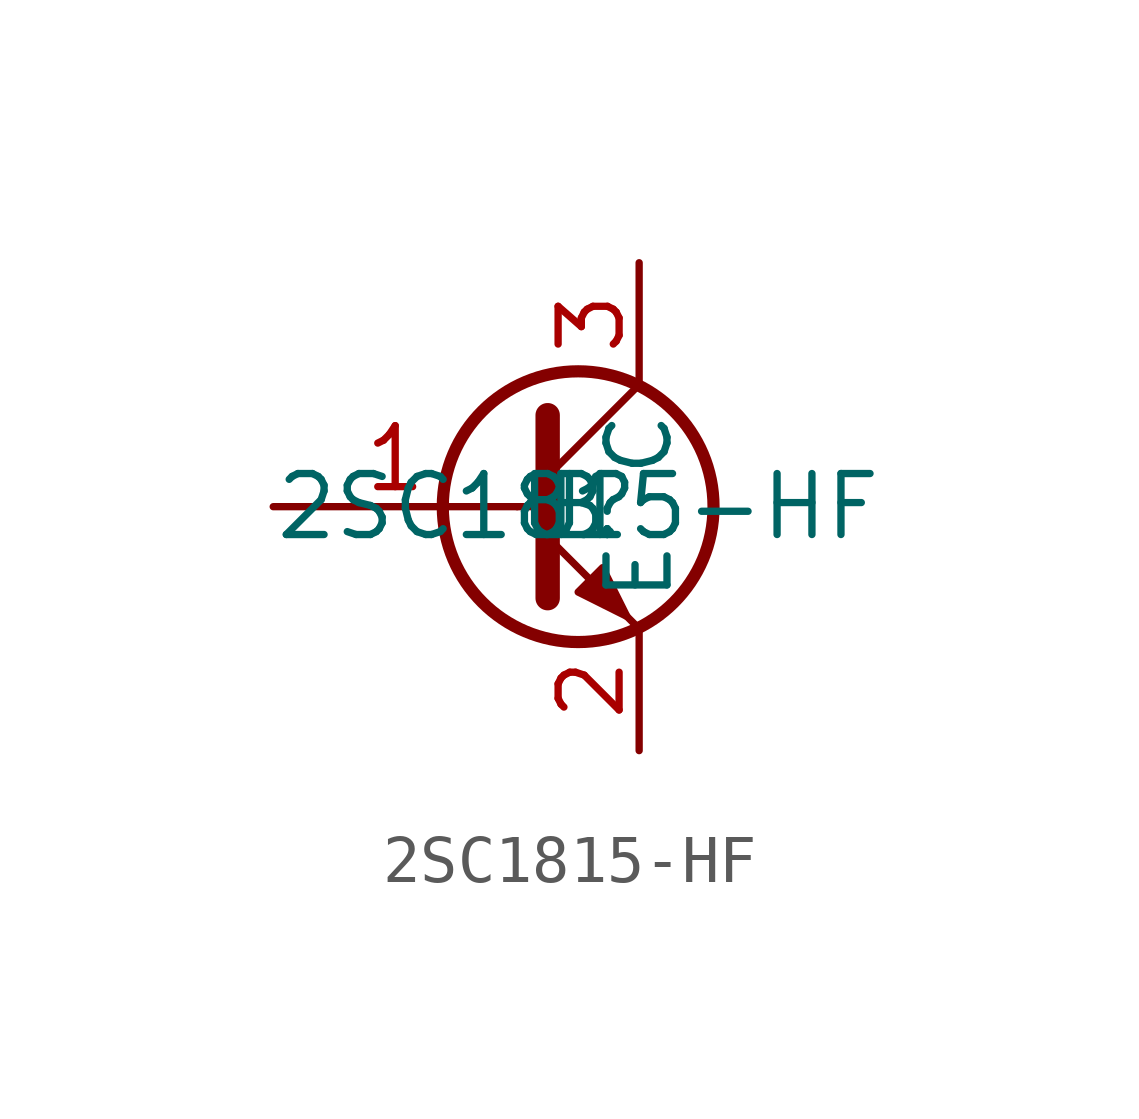
<source format=kicad_sym>
(kicad_symbol_lib
  (version 20211014)
  (generator kicad_symbol_editor)
  (symbol "2SC1815-HF"
    (property "Reference" "U"
      (at 0 0 0)
      (effects (font (size 1.27 1.27))))
    (property "Value" "2SC1815-HF"
      (at 0 0 0)
      (effects (font (size 1.27 1.27))))
    (symbol "2SC1815-HF_0_1"
      (polyline (pts (xy -1.27 0) (xy -0.762 0)) (stroke (width 0) (type default) (color 0 0 0 0)) (fill (type none)))
      (polyline (pts (xy -0.635 0.635) (xy 1.27 2.54)) (stroke (width 0) (type default) (color 0 0 0 0)) (fill (type none)))
      (polyline (pts (xy -0.635 -0.635) (xy 1.27 -2.54) (xy 1.27 -2.54)) (stroke (width 0) (type default) (color 0 0 0 0)) (fill (type none)))
      (polyline (pts (xy -0.635 1.905) (xy -0.635 -1.905) (xy -0.635 -1.905)) (stroke (width 0.508) (type default) (color 0 0 0 0)) (fill (type none)))
      (polyline (pts (xy 0 -1.778) (xy 0.508 -1.27) (xy 1.016 -2.286) (xy 0 -1.778) (xy 0 -1.778)) (stroke (width 0) (type default) (color 0 0 0 0)) (fill (type outline)))
      (circle (center 0 0) (radius 2.819) (stroke (width 0.254) (type default) (color 0 0 0 0)) (fill (type none))))
    (symbol "2SC1815-HF_1_1"
      (pin input line (at -6.35 0 0) (length 5.08) (name "B" (effects (font (size 1.27 1.27)))) (number "1" (effects (font (size 1.27 1.27)))))
      (pin passive line (at 1.27 -5.08 90) (length 2.54) (name "E" (effects (font (size 1.27 1.27)))) (number "2" (effects (font (size 1.27 1.27)))))
      (pin passive line (at 1.27 5.08 270) (length 2.54) (name "C" (effects (font (size 1.27 1.27)))) (number "3" (effects (font (size 1.27 1.27))))))))
</source>
